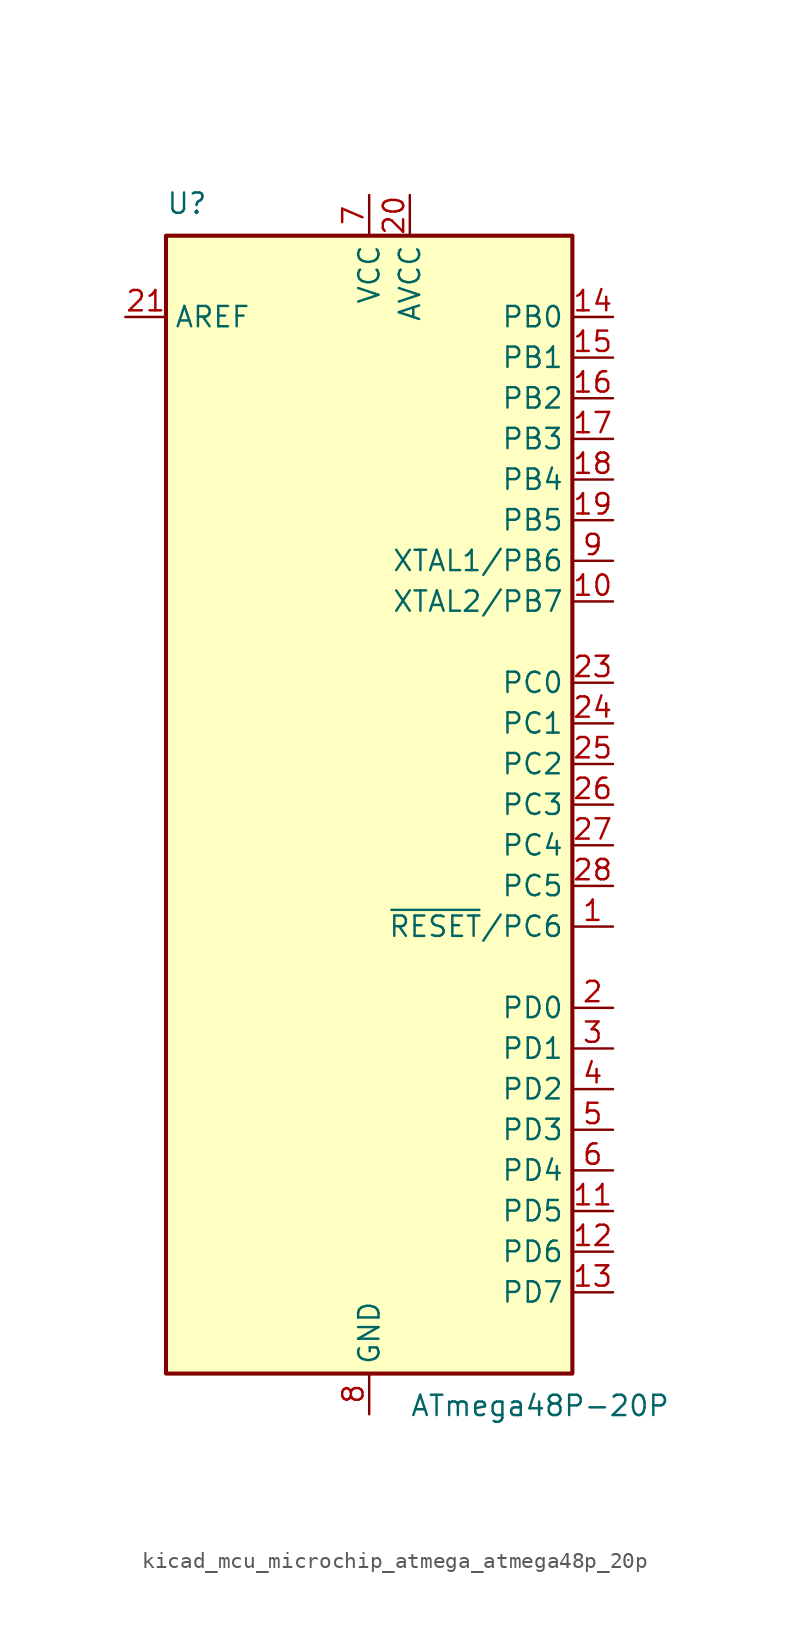
<source format=kicad_sym>
(kicad_symbol_lib
  (version 20220914)
  (generator kicad_symbol_editor)
  (symbol "kicad_mcu_microchip_atmega_atmega48p_20p"
    (property "Reference" "U"
      (at -12.7 36.83 0)
      (effects (font (size 1.27 1.27)) (justify left bottom)))
    (property "Value" "ATmega48P-20P"
      (at 2.54 -36.83 0)
      (effects (font (size 1.27 1.27)) (justify left top)))
    (symbol "kicad_mcu_microchip_atmega_atmega48p_20p_0_1"
      (rectangle (start -12.7 -35.56) (end 12.7 35.56) (stroke (width 0.254) (type default)) (fill (type background))))
    (symbol "kicad_mcu_microchip_atmega_atmega48p_20p_1_1"
      (pin bidirectional line (at 15.24 -7.62 180) (length 2.54) (name "~{RESET}/PC6" (effects (font (size 1.27 1.27)))) (number "1" (effects (font (size 1.27 1.27)))))
      (pin bidirectional line (at 15.24 12.7 180) (length 2.54) (name "XTAL2/PB7" (effects (font (size 1.27 1.27)))) (number "10" (effects (font (size 1.27 1.27)))))
      (pin bidirectional line (at 15.24 -25.4 180) (length 2.54) (name "PD5" (effects (font (size 1.27 1.27)))) (number "11" (effects (font (size 1.27 1.27)))))
      (pin bidirectional line (at 15.24 -27.94 180) (length 2.54) (name "PD6" (effects (font (size 1.27 1.27)))) (number "12" (effects (font (size 1.27 1.27)))))
      (pin bidirectional line (at 15.24 -30.48 180) (length 2.54) (name "PD7" (effects (font (size 1.27 1.27)))) (number "13" (effects (font (size 1.27 1.27)))))
      (pin bidirectional line (at 15.24 30.48 180) (length 2.54) (name "PB0" (effects (font (size 1.27 1.27)))) (number "14" (effects (font (size 1.27 1.27)))))
      (pin bidirectional line (at 15.24 27.94 180) (length 2.54) (name "PB1" (effects (font (size 1.27 1.27)))) (number "15" (effects (font (size 1.27 1.27)))))
      (pin bidirectional line (at 15.24 25.4 180) (length 2.54) (name "PB2" (effects (font (size 1.27 1.27)))) (number "16" (effects (font (size 1.27 1.27)))))
      (pin bidirectional line (at 15.24 22.86 180) (length 2.54) (name "PB3" (effects (font (size 1.27 1.27)))) (number "17" (effects (font (size 1.27 1.27)))))
      (pin bidirectional line (at 15.24 20.32 180) (length 2.54) (name "PB4" (effects (font (size 1.27 1.27)))) (number "18" (effects (font (size 1.27 1.27)))))
      (pin bidirectional line (at 15.24 17.78 180) (length 2.54) (name "PB5" (effects (font (size 1.27 1.27)))) (number "19" (effects (font (size 1.27 1.27)))))
      (pin bidirectional line (at 15.24 -12.7 180) (length 2.54) (name "PD0" (effects (font (size 1.27 1.27)))) (number "2" (effects (font (size 1.27 1.27)))))
      (pin power_in line (at 2.54 38.1 270) (length 2.54) (name "AVCC" (effects (font (size 1.27 1.27)))) (number "20" (effects (font (size 1.27 1.27)))))
      (pin passive line (at -15.24 30.48 0) (length 2.54) (name "AREF" (effects (font (size 1.27 1.27)))) (number "21" (effects (font (size 1.27 1.27)))))
      (pin passive line (at 0 -38.1 90) (length 2.54) hide (name "GND" (effects (font (size 1.27 1.27)))) (number "22" (effects (font (size 1.27 1.27)))))
      (pin bidirectional line (at 15.24 7.62 180) (length 2.54) (name "PC0" (effects (font (size 1.27 1.27)))) (number "23" (effects (font (size 1.27 1.27)))))
      (pin bidirectional line (at 15.24 5.08 180) (length 2.54) (name "PC1" (effects (font (size 1.27 1.27)))) (number "24" (effects (font (size 1.27 1.27)))))
      (pin bidirectional line (at 15.24 2.54 180) (length 2.54) (name "PC2" (effects (font (size 1.27 1.27)))) (number "25" (effects (font (size 1.27 1.27)))))
      (pin bidirectional line (at 15.24 0 180) (length 2.54) (name "PC3" (effects (font (size 1.27 1.27)))) (number "26" (effects (font (size 1.27 1.27)))))
      (pin bidirectional line (at 15.24 -2.54 180) (length 2.54) (name "PC4" (effects (font (size 1.27 1.27)))) (number "27" (effects (font (size 1.27 1.27)))))
      (pin bidirectional line (at 15.24 -5.08 180) (length 2.54) (name "PC5" (effects (font (size 1.27 1.27)))) (number "28" (effects (font (size 1.27 1.27)))))
      (pin bidirectional line (at 15.24 -15.24 180) (length 2.54) (name "PD1" (effects (font (size 1.27 1.27)))) (number "3" (effects (font (size 1.27 1.27)))))
      (pin bidirectional line (at 15.24 -17.78 180) (length 2.54) (name "PD2" (effects (font (size 1.27 1.27)))) (number "4" (effects (font (size 1.27 1.27)))))
      (pin bidirectional line (at 15.24 -20.32 180) (length 2.54) (name "PD3" (effects (font (size 1.27 1.27)))) (number "5" (effects (font (size 1.27 1.27)))))
      (pin bidirectional line (at 15.24 -22.86 180) (length 2.54) (name "PD4" (effects (font (size 1.27 1.27)))) (number "6" (effects (font (size 1.27 1.27)))))
      (pin power_in line (at 0 38.1 270) (length 2.54) (name "VCC" (effects (font (size 1.27 1.27)))) (number "7" (effects (font (size 1.27 1.27)))))
      (pin power_in line (at 0 -38.1 90) (length 2.54) (name "GND" (effects (font (size 1.27 1.27)))) (number "8" (effects (font (size 1.27 1.27)))))
      (pin bidirectional line (at 15.24 15.24 180) (length 2.54) (name "XTAL1/PB6" (effects (font (size 1.27 1.27)))) (number "9" (effects (font (size 1.27 1.27))))))))
</source>
